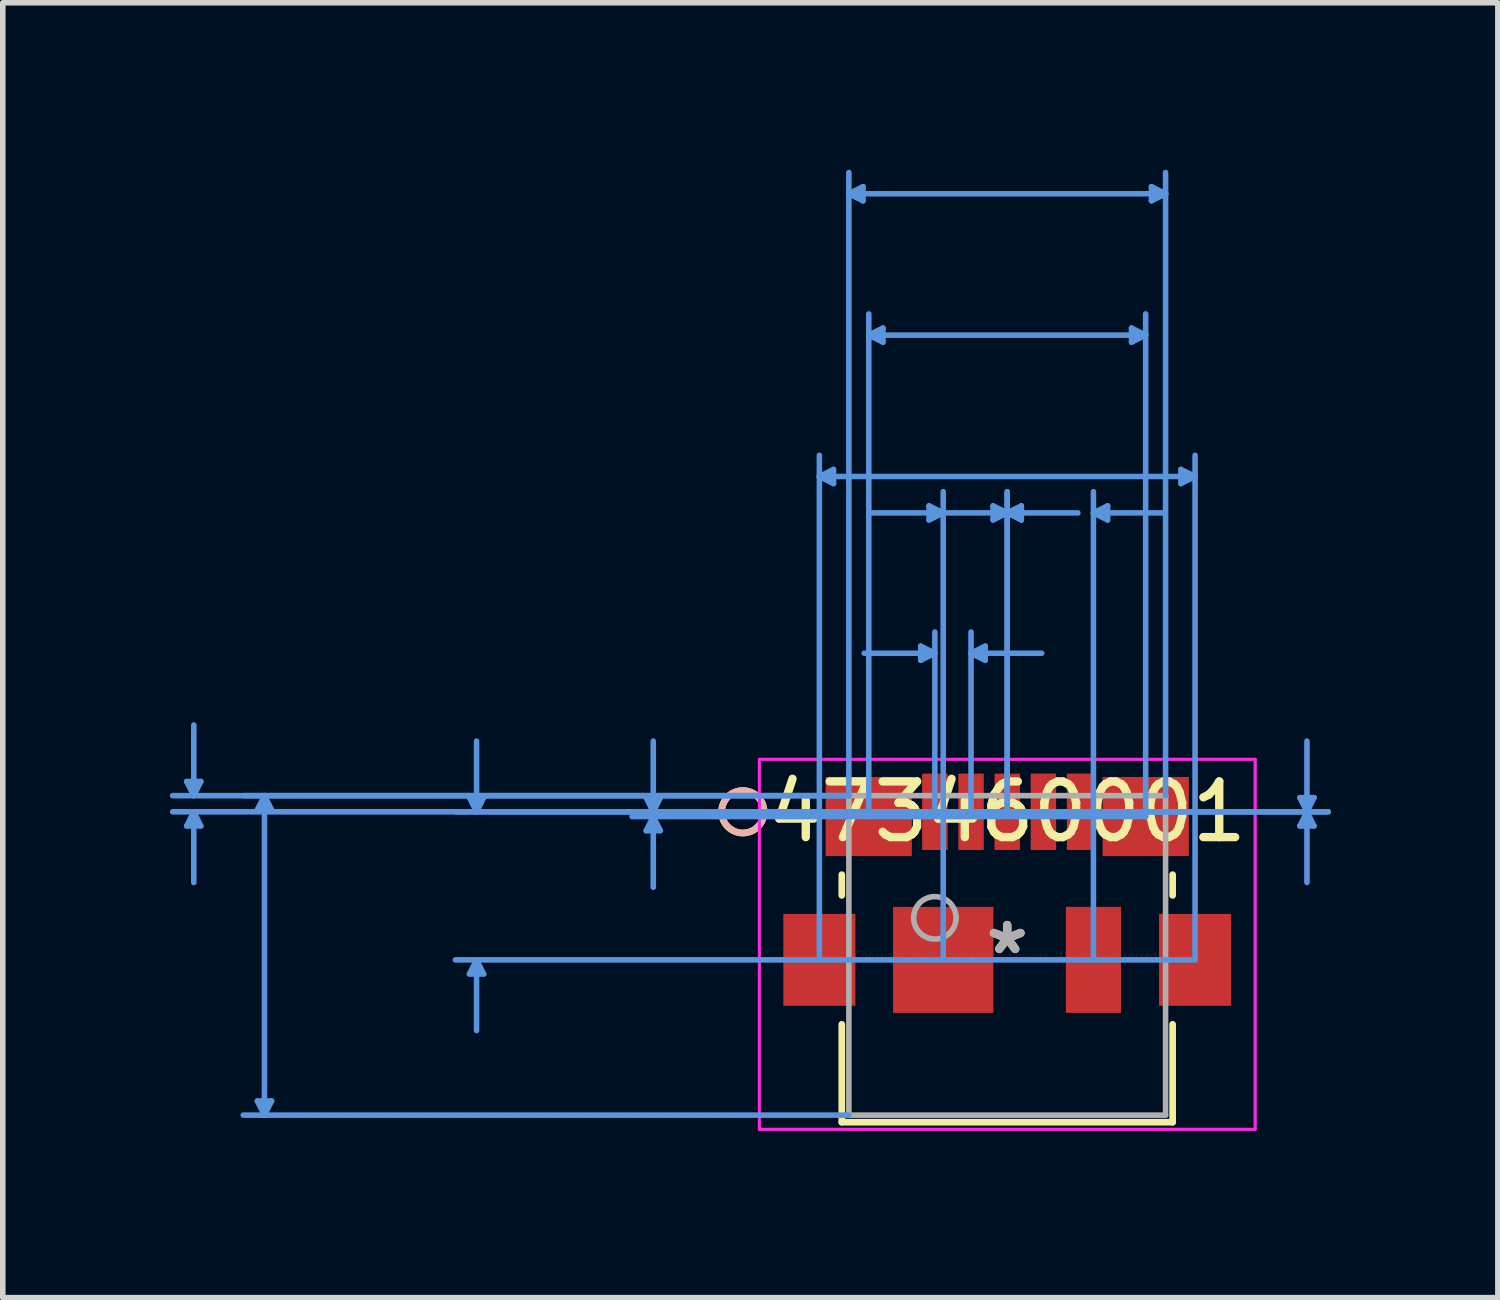
<source format=kicad_pcb>
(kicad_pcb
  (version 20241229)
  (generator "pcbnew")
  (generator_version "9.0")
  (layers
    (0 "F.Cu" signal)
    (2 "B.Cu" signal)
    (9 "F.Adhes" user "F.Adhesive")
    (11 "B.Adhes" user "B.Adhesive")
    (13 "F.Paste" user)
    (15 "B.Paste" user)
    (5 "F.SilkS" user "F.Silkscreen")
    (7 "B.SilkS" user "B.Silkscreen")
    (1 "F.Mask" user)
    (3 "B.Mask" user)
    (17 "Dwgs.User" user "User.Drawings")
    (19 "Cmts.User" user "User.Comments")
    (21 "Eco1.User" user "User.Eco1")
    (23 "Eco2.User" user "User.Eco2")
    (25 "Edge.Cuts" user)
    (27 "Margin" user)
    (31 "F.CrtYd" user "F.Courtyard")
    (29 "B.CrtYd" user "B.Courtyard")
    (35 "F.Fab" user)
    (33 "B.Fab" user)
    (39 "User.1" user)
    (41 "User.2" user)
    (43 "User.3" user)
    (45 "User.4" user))
  (footprint "473460001"
    (layer "F.Cu")
    (at 15.046 14.115)
    (property "Reference" "473460001" (at 0 -2.58 0) (layer "F.SilkS") (effects (font (size 1 1) (thickness 0.15))))
    (attr through_hole)
    (fp_line (start -2.972 -1.451) (end -2.972 -1.078) (stroke (width 0.12) (type solid)) (layer "F.SilkS"))
    (fp_line (start -2.972 1.238) (end -2.972 2.997) (stroke (width 0.12) (type solid)) (layer "F.SilkS"))
    (fp_line (start -2.972 2.997) (end 2.972 2.997) (stroke (width 0.12) (type solid)) (layer "F.SilkS"))
    (fp_line (start 2.972 -1.078) (end 2.972 -1.451) (stroke (width 0.12) (type solid)) (layer "F.SilkS"))
    (fp_line (start 2.972 2.997) (end 2.972 1.238) (stroke (width 0.12) (type solid)) (layer "F.SilkS"))
    (fp_circle (center -4.75 -2.58) (end -4.369 -2.58) (stroke (width 0.12) (type solid)) (fill no) (layer "F.SilkS"))
    (fp_circle (center -4.75 -2.58) (end -4.369 -2.58) (stroke (width 0.12) (type solid)) (fill no) (layer "B.SilkS"))
    (fp_line (start -14.742 -3.124) (end -14.488 -3.124) (stroke (width 0.1) (type solid)) (layer "Cmts.User"))
    (fp_line (start -14.742 -2.326) (end -14.488 -2.326) (stroke (width 0.1) (type solid)) (layer "Cmts.User"))
    (fp_line (start -14.614 -2.87) (end -14.742 -3.124) (stroke (width 0.1) (type solid)) (layer "Cmts.User"))
    (fp_line (start -14.614 -2.87) (end -14.614 -4.14) (stroke (width 0.1) (type solid)) (layer "Cmts.User"))
    (fp_line (start -14.614 -2.87) (end -14.488 -3.124) (stroke (width 0.1) (type solid)) (layer "Cmts.User"))
    (fp_line (start -14.614 -2.58) (end -14.742 -2.326) (stroke (width 0.1) (type solid)) (layer "Cmts.User"))
    (fp_line (start -14.614 -2.58) (end -14.614 -1.31) (stroke (width 0.1) (type solid)) (layer "Cmts.User"))
    (fp_line (start -14.614 -2.58) (end -14.488 -2.326) (stroke (width 0.1) (type solid)) (layer "Cmts.User"))
    (fp_line (start -13.472 -2.616) (end -13.217 -2.616) (stroke (width 0.1) (type solid)) (layer "Cmts.User"))
    (fp_line (start -13.472 2.616) (end -13.217 2.616) (stroke (width 0.1) (type solid)) (layer "Cmts.User"))
    (fp_line (start -13.345 -2.87) (end -13.472 -2.616) (stroke (width 0.1) (type solid)) (layer "Cmts.User"))
    (fp_line (start -13.345 -2.87) (end -13.345 2.87) (stroke (width 0.1) (type solid)) (layer "Cmts.User"))
    (fp_line (start -13.345 -2.87) (end -13.217 -2.616) (stroke (width 0.1) (type solid)) (layer "Cmts.User"))
    (fp_line (start -13.345 2.87) (end -13.472 2.616) (stroke (width 0.1) (type solid)) (layer "Cmts.User"))
    (fp_line (start -13.345 2.87) (end -13.217 2.616) (stroke (width 0.1) (type solid)) (layer "Cmts.User"))
    (fp_line (start -9.661 -2.834) (end -9.407 -2.834) (stroke (width 0.1) (type solid)) (layer "Cmts.User"))
    (fp_line (start -9.661 0.334) (end -9.407 0.334) (stroke (width 0.1) (type solid)) (layer "Cmts.User"))
    (fp_line (start -9.534 -2.58) (end -9.661 -2.834) (stroke (width 0.1) (type solid)) (layer "Cmts.User"))
    (fp_line (start -9.534 -2.58) (end -9.534 -3.85) (stroke (width 0.1) (type solid)) (layer "Cmts.User"))
    (fp_line (start -9.534 -2.58) (end -9.407 -2.834) (stroke (width 0.1) (type solid)) (layer "Cmts.User"))
    (fp_line (start -9.534 0.08) (end -9.661 0.334) (stroke (width 0.1) (type solid)) (layer "Cmts.User"))
    (fp_line (start -9.534 0.08) (end -9.534 1.35) (stroke (width 0.1) (type solid)) (layer "Cmts.User"))
    (fp_line (start -9.534 0.08) (end -9.407 0.334) (stroke (width 0.1) (type solid)) (layer "Cmts.User"))
    (fp_line (start -6.486 -2.834) (end -6.232 -2.834) (stroke (width 0.1) (type solid)) (layer "Cmts.User"))
    (fp_line (start -6.486 -2.241) (end -6.232 -2.241) (stroke (width 0.1) (type solid)) (layer "Cmts.User"))
    (fp_line (start -6.359 -2.58) (end -6.486 -2.834) (stroke (width 0.1) (type solid)) (layer "Cmts.User"))
    (fp_line (start -6.359 -2.58) (end -6.359 -3.85) (stroke (width 0.1) (type solid)) (layer "Cmts.User"))
    (fp_line (start -6.359 -2.58) (end -6.232 -2.834) (stroke (width 0.1) (type solid)) (layer "Cmts.User"))
    (fp_line (start -6.359 -2.495) (end -6.486 -2.241) (stroke (width 0.1) (type solid)) (layer "Cmts.User"))
    (fp_line (start -6.359 -2.495) (end -6.359 -1.225) (stroke (width 0.1) (type solid)) (layer "Cmts.User"))
    (fp_line (start -6.359 -2.495) (end -6.232 -2.241) (stroke (width 0.1) (type solid)) (layer "Cmts.User"))
    (fp_line (start -3.375 -8.604) (end -3.121 -8.731) (stroke (width 0.1) (type solid)) (layer "Cmts.User"))
    (fp_line (start -3.375 -8.604) (end -3.121 -8.477) (stroke (width 0.1) (type solid)) (layer "Cmts.User"))
    (fp_line (start -3.375 -8.604) (end 3.375 -8.604) (stroke (width 0.1) (type solid)) (layer "Cmts.User"))
    (fp_line (start -3.375 0.08) (end -3.375 -8.985) (stroke (width 0.1) (type solid)) (layer "Cmts.User"))
    (fp_line (start -3.121 -8.731) (end -3.121 -8.477) (stroke (width 0.1) (type solid)) (layer "Cmts.User"))
    (fp_line (start -2.845 -13.684) (end -2.591 -13.811) (stroke (width 0.1) (type solid)) (layer "Cmts.User"))
    (fp_line (start -2.845 -13.684) (end -2.591 -13.557) (stroke (width 0.1) (type solid)) (layer "Cmts.User"))
    (fp_line (start -2.845 -13.684) (end 2.845 -13.684) (stroke (width 0.1) (type solid)) (layer "Cmts.User"))
    (fp_line (start -2.845 -2.87) (end -14.995 -2.87) (stroke (width 0.1) (type solid)) (layer "Cmts.User"))
    (fp_line (start -2.845 -2.87) (end -13.726 -2.87) (stroke (width 0.1) (type solid)) (layer "Cmts.User"))
    (fp_line (start -2.845 -2.87) (end -2.845 -14.065) (stroke (width 0.1) (type solid)) (layer "Cmts.User"))
    (fp_line (start -2.845 2.87) (end -13.726 2.87) (stroke (width 0.1) (type solid)) (layer "Cmts.User"))
    (fp_line (start -2.591 -13.811) (end -2.591 -13.557) (stroke (width 0.1) (type solid)) (layer "Cmts.User"))
    (fp_line (start -2.487 -11.144) (end -2.233 -11.271) (stroke (width 0.1) (type solid)) (layer "Cmts.User"))
    (fp_line (start -2.487 -11.144) (end -2.233 -11.017) (stroke (width 0.1) (type solid)) (layer "Cmts.User"))
    (fp_line (start -2.487 -11.144) (end 2.487 -11.144) (stroke (width 0.1) (type solid)) (layer "Cmts.User"))
    (fp_line (start -2.487 -2.495) (end -2.487 -11.525) (stroke (width 0.1) (type solid)) (layer "Cmts.User"))
    (fp_line (start -2.233 -11.271) (end -2.233 -11.017) (stroke (width 0.1) (type solid)) (layer "Cmts.User"))
    (fp_line (start -1.554 -5.556) (end -1.554 -5.302) (stroke (width 0.1) (type solid)) (layer "Cmts.User"))
    (fp_line (start -1.404 -8.077) (end -1.404 -7.823) (stroke (width 0.1) (type solid)) (layer "Cmts.User"))
    (fp_line (start -1.3 -5.429) (end -2.57 -5.429) (stroke (width 0.1) (type solid)) (layer "Cmts.User"))
    (fp_line (start -1.3 -5.429) (end -1.554 -5.556) (stroke (width 0.1) (type solid)) (layer "Cmts.User"))
    (fp_line (start -1.3 -5.429) (end -1.554 -5.302) (stroke (width 0.1) (type solid)) (layer "Cmts.User"))
    (fp_line (start -1.3 -2.58) (end -1.3 -5.81) (stroke (width 0.1) (type solid)) (layer "Cmts.User"))
    (fp_line (start -1.3 -2.58) (end 5.766 -2.58) (stroke (width 0.1) (type solid)) (layer "Cmts.User"))
    (fp_line (start -1.3 -2.58) (end 5.766 -2.58) (stroke (width 0.1) (type solid)) (layer "Cmts.User"))
    (fp_line (start -1.15 -7.95) (end -2.42 -7.95) (stroke (width 0.1) (type solid)) (layer "Cmts.User"))
    (fp_line (start -1.15 -7.95) (end -1.404 -8.077) (stroke (width 0.1) (type solid)) (layer "Cmts.User"))
    (fp_line (start -1.15 -7.95) (end -1.404 -7.823) (stroke (width 0.1) (type solid)) (layer "Cmts.User"))
    (fp_line (start -1.15 0.08) (end -1.15 -8.331) (stroke (width 0.1) (type solid)) (layer "Cmts.User"))
    (fp_line (start -0.65 -5.429) (end -0.396 -5.556) (stroke (width 0.1) (type solid)) (layer "Cmts.User"))
    (fp_line (start -0.65 -5.429) (end -0.396 -5.302) (stroke (width 0.1) (type solid)) (layer "Cmts.User"))
    (fp_line (start -0.65 -5.429) (end 0.62 -5.429) (stroke (width 0.1) (type solid)) (layer "Cmts.User"))
    (fp_line (start -0.65 -2.58) (end -0.65 -5.81) (stroke (width 0.1) (type solid)) (layer "Cmts.User"))
    (fp_line (start -0.396 -5.556) (end -0.396 -5.302) (stroke (width 0.1) (type solid)) (layer "Cmts.User"))
    (fp_line (start -0.254 -8.077) (end -0.254 -7.823) (stroke (width 0.1) (type solid)) (layer "Cmts.User"))
    (fp_line (start 0 -7.95) (end -1.27 -7.95) (stroke (width 0.1) (type solid)) (layer "Cmts.User"))
    (fp_line (start 0 -7.95) (end -0.254 -8.077) (stroke (width 0.1) (type solid)) (layer "Cmts.User"))
    (fp_line (start 0 -7.95) (end -0.254 -7.823) (stroke (width 0.1) (type solid)) (layer "Cmts.User"))
    (fp_line (start 0 -7.95) (end 0.254 -8.077) (stroke (width 0.1) (type solid)) (layer "Cmts.User"))
    (fp_line (start 0 -7.95) (end 0.254 -7.823) (stroke (width 0.1) (type solid)) (layer "Cmts.User"))
    (fp_line (start 0 -7.95) (end 1.27 -7.95) (stroke (width 0.1) (type solid)) (layer "Cmts.User"))
    (fp_line (start 0 -2.58) (end -14.995 -2.58) (stroke (width 0.1) (type solid)) (layer "Cmts.User"))
    (fp_line (start 0 -2.58) (end -9.915 -2.58) (stroke (width 0.1) (type solid)) (layer "Cmts.User"))
    (fp_line (start 0 -2.58) (end -6.74 -2.58) (stroke (width 0.1) (type solid)) (layer "Cmts.User"))
    (fp_line (start 0 -2.58) (end 0 -8.331) (stroke (width 0.1) (type solid)) (layer "Cmts.User"))
    (fp_line (start 0 -2.58) (end 0 -8.331) (stroke (width 0.1) (type solid)) (layer "Cmts.User"))
    (fp_line (start 0.254 -8.077) (end 0.254 -7.823) (stroke (width 0.1) (type solid)) (layer "Cmts.User"))
    (fp_line (start 1.549 -7.95) (end 1.803 -8.077) (stroke (width 0.1) (type solid)) (layer "Cmts.User"))
    (fp_line (start 1.549 -7.95) (end 1.803 -7.823) (stroke (width 0.1) (type solid)) (layer "Cmts.User"))
    (fp_line (start 1.549 -7.95) (end 2.819 -7.95) (stroke (width 0.1) (type solid)) (layer "Cmts.User"))
    (fp_line (start 1.549 0.08) (end 1.549 -8.331) (stroke (width 0.1) (type solid)) (layer "Cmts.User"))
    (fp_line (start 1.803 -8.077) (end 1.803 -7.823) (stroke (width 0.1) (type solid)) (layer "Cmts.User"))
    (fp_line (start 2.233 -11.271) (end 2.233 -11.017) (stroke (width 0.1) (type solid)) (layer "Cmts.User"))
    (fp_line (start 2.487 -11.144) (end 2.233 -11.271) (stroke (width 0.1) (type solid)) (layer "Cmts.User"))
    (fp_line (start 2.487 -11.144) (end 2.233 -11.017) (stroke (width 0.1) (type solid)) (layer "Cmts.User"))
    (fp_line (start 2.487 -2.495) (end -6.74 -2.495) (stroke (width 0.1) (type solid)) (layer "Cmts.User"))
    (fp_line (start 2.487 -2.495) (end 2.487 -11.525) (stroke (width 0.1) (type solid)) (layer "Cmts.User"))
    (fp_line (start 2.591 -13.811) (end 2.591 -13.557) (stroke (width 0.1) (type solid)) (layer "Cmts.User"))
    (fp_line (start 2.845 -13.684) (end 2.591 -13.811) (stroke (width 0.1) (type solid)) (layer "Cmts.User"))
    (fp_line (start 2.845 -13.684) (end 2.591 -13.557) (stroke (width 0.1) (type solid)) (layer "Cmts.User"))
    (fp_line (start 2.845 -2.87) (end 2.845 -14.065) (stroke (width 0.1) (type solid)) (layer "Cmts.User"))
    (fp_line (start 3.121 -8.731) (end 3.121 -8.477) (stroke (width 0.1) (type solid)) (layer "Cmts.User"))
    (fp_line (start 3.375 -8.604) (end 3.121 -8.731) (stroke (width 0.1) (type solid)) (layer "Cmts.User"))
    (fp_line (start 3.375 -8.604) (end 3.121 -8.477) (stroke (width 0.1) (type solid)) (layer "Cmts.User"))
    (fp_line (start 3.375 0.08) (end -9.915 0.08) (stroke (width 0.1) (type solid)) (layer "Cmts.User"))
    (fp_line (start 3.375 0.08) (end 3.375 -8.985) (stroke (width 0.1) (type solid)) (layer "Cmts.User"))
    (fp_line (start 5.258 -2.834) (end 5.512 -2.834) (stroke (width 0.1) (type solid)) (layer "Cmts.User"))
    (fp_line (start 5.258 -2.326) (end 5.512 -2.326) (stroke (width 0.1) (type solid)) (layer "Cmts.User"))
    (fp_line (start 5.385 -2.58) (end 5.258 -2.834) (stroke (width 0.1) (type solid)) (layer "Cmts.User"))
    (fp_line (start 5.385 -2.58) (end 5.258 -2.326) (stroke (width 0.1) (type solid)) (layer "Cmts.User"))
    (fp_line (start 5.385 -2.58) (end 5.385 -3.85) (stroke (width 0.1) (type solid)) (layer "Cmts.User"))
    (fp_line (start 5.385 -2.58) (end 5.385 -1.31) (stroke (width 0.1) (type solid)) (layer "Cmts.User"))
    (fp_line (start 5.385 -2.58) (end 5.512 -2.834) (stroke (width 0.1) (type solid)) (layer "Cmts.User"))
    (fp_line (start 5.385 -2.58) (end 5.512 -2.326) (stroke (width 0.1) (type solid)) (layer "Cmts.User"))
    (fp_line (start -4.454 -3.524) (end -4.454 3.124) (stroke (width 0.05) (type solid)) (layer "F.CrtYd"))
    (fp_line (start -4.454 -3.524) (end -4.454 3.124) (stroke (width 0.05) (type solid)) (layer "F.CrtYd"))
    (fp_line (start -4.454 3.124) (end 4.454 3.124) (stroke (width 0.05) (type solid)) (layer "F.CrtYd"))
    (fp_line (start -4.454 3.124) (end 4.454 3.124) (stroke (width 0.05) (type solid)) (layer "F.CrtYd"))
    (fp_line (start 4.454 -3.524) (end -4.454 -3.524) (stroke (width 0.05) (type solid)) (layer "F.CrtYd"))
    (fp_line (start 4.454 -3.524) (end -4.454 -3.524) (stroke (width 0.05) (type solid)) (layer "F.CrtYd"))
    (fp_line (start 4.454 3.124) (end 4.454 -3.524) (stroke (width 0.05) (type solid)) (layer "F.CrtYd"))
    (fp_line (start 4.454 3.124) (end 4.454 -3.524) (stroke (width 0.05) (type solid)) (layer "F.CrtYd"))
    (fp_line (start -2.845 -2.87) (end -2.845 2.87) (stroke (width 0.1) (type solid)) (layer "F.Fab"))
    (fp_line (start -2.845 2.87) (end 2.845 2.87) (stroke (width 0.1) (type solid)) (layer "F.Fab"))
    (fp_line (start 2.845 -2.87) (end -2.845 -2.87) (stroke (width 0.1) (type solid)) (layer "F.Fab"))
    (fp_line (start 2.845 2.87) (end 2.845 -2.87) (stroke (width 0.1) (type solid)) (layer "F.Fab"))
    (fp_circle (center -1.3 -0.675) (end -0.919 -0.675) (stroke (width 0.1) (type solid)) (fill no) (layer "F.Fab"))
    (fp_text user "*" (at 0 0 0) (layer "F.SilkS") (effects (font (size 1 1) (thickness 0.15))))
    (fp_text user "Copyright 2021 Accelerated Designs. All rights reserved." (at 0 0 0) (layer "Cmts.User") (effects (font (size 0.127 0.127) (thickness 0.002))))
    (fp_text user "*" (at 0 0 0) (layer "F.Fab") (effects (font (size 1 1) (thickness 0.15))))
    (pad "1" smd rect (at -1.3 -2.58) (size 0.457 1.372) (layers "F.Cu" "F.Mask" "F.Paste"))
    (pad "2" smd rect (at -0.65 -2.58) (size 0.457 1.372) (layers "F.Cu" "F.Mask" "F.Paste"))
    (pad "3" smd rect (at 0 -2.58) (size 0.457 1.372) (layers "F.Cu" "F.Mask" "F.Paste"))
    (pad "4" smd rect (at 0.65 -2.58) (size 0.457 1.372) (layers "F.Cu" "F.Mask" "F.Paste"))
    (pad "5" smd rect (at 1.3 -2.58) (size 0.457 1.372) (layers "F.Cu" "F.Mask" "F.Paste"))
    (pad "6" smd rect (at -2.488 -2.495 90) (size 1.422 1.549) (layers "F.Cu" "F.Mask" "F.Paste"))
    (pad "7" smd rect (at 2.488 -2.495 90) (size 1.422 1.549) (layers "F.Cu" "F.Mask" "F.Paste"))
    (pad "8" smd rect (at -3.375 0.08 90) (size 1.651 1.295) (layers "F.Cu" "F.Mask" "F.Paste"))
    (pad "9" smd rect (at 3.375 0.08 90) (size 1.651 1.295) (layers "F.Cu" "F.Mask" "F.Paste"))
    (pad "10" smd rect (at -1.15 0.08) (size 1.803 1.905) (layers "F.Cu" "F.Mask" "F.Paste"))
    (pad "11" smd rect (at 1.549 0.08) (size 0.991 1.905) (layers "F.Cu" "F.Mask" "F.Paste")))
  (gr_rect
    (start -3 -3)
    (end 23.861 20.264)
    (stroke (width 0.1) (type default))
    (fill no)
    (layer "Edge.Cuts")))
</source>
